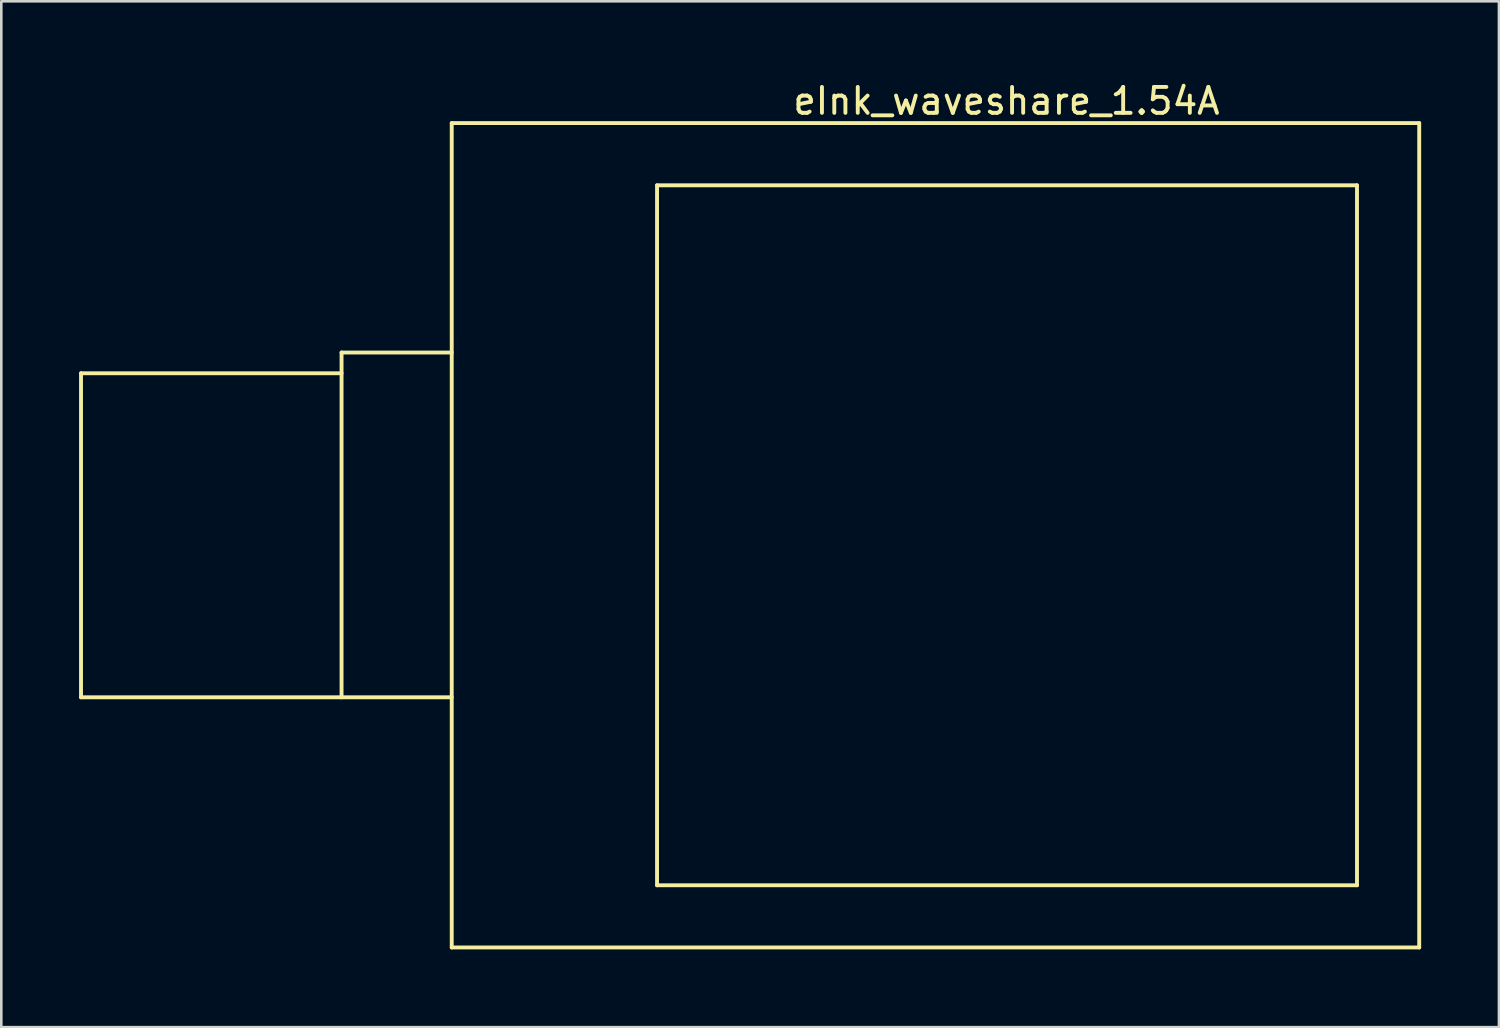
<source format=kicad_pcb>
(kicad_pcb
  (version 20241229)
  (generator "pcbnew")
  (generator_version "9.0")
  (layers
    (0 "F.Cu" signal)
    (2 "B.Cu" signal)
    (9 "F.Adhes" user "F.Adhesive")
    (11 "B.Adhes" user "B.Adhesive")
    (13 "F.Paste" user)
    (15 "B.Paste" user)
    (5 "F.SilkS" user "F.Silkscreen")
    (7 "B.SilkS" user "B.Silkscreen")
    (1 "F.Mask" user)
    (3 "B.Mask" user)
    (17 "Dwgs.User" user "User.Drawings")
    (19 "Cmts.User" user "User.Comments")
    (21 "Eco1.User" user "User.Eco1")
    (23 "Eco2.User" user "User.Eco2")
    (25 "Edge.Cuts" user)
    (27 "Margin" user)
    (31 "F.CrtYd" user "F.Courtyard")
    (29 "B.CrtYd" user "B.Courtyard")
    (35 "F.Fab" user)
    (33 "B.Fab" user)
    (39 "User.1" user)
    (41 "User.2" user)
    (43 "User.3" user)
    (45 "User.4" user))
  (footprint "eInk_waveshare_1.54A"
    (layer "F.Cu")
    (at 35.775 17.598)
    (property "Reference" "eInk_waveshare_1.54A" (at 0 -16.75 0) (layer "F.SilkS") (effects (font (size 1 1) (thickness 0.15))))
    (attr through_hole)
    (fp_line (start -35.7 -6.25) (end -25.65 -6.25) (stroke (width 0.15) (type solid)) (layer "F.SilkS"))
    (fp_line (start -35.7 6.25) (end -35.7 -6.25) (stroke (width 0.15) (type solid)) (layer "F.SilkS"))
    (fp_line (start -35.7 6.25) (end -21.4 6.25) (stroke (width 0.15) (type solid)) (layer "F.SilkS"))
    (fp_line (start -25.65 -7.05) (end -21.4 -7.05) (stroke (width 0.15) (type solid)) (layer "F.SilkS"))
    (fp_line (start -25.65 6.25) (end -25.65 -7.05) (stroke (width 0.15) (type solid)) (layer "F.SilkS"))
    (fp_line (start -21.4 -15.9) (end 15.92 -15.9) (stroke (width 0.15) (type solid)) (layer "F.SilkS"))
    (fp_line (start -21.4 15.9) (end -21.4 -15.9) (stroke (width 0.15) (type solid)) (layer "F.SilkS"))
    (fp_line (start -21.4 15.9) (end 15.92 15.9) (stroke (width 0.15) (type solid)) (layer "F.SilkS"))
    (fp_line (start -13.48 -13.5) (end 13.52 -13.5) (stroke (width 0.15) (type solid)) (layer "F.SilkS"))
    (fp_line (start -13.48 13.5) (end -13.48 -13.5) (stroke (width 0.15) (type solid)) (layer "F.SilkS"))
    (fp_line (start -13.48 13.5) (end 13.52 13.5) (stroke (width 0.15) (type solid)) (layer "F.SilkS"))
    (fp_line (start 13.52 13.5) (end 13.52 -13.5) (stroke (width 0.15) (type solid)) (layer "F.SilkS"))
    (fp_line (start 15.92 -15.9) (end 15.92 15.9) (stroke (width 0.15) (type solid)) (layer "F.SilkS")))
  (gr_rect
    (start -3 -3)
    (end 54.77 36.573)
    (stroke (width 0.1) (type default))
    (fill no)
    (layer "Edge.Cuts")))
</source>
